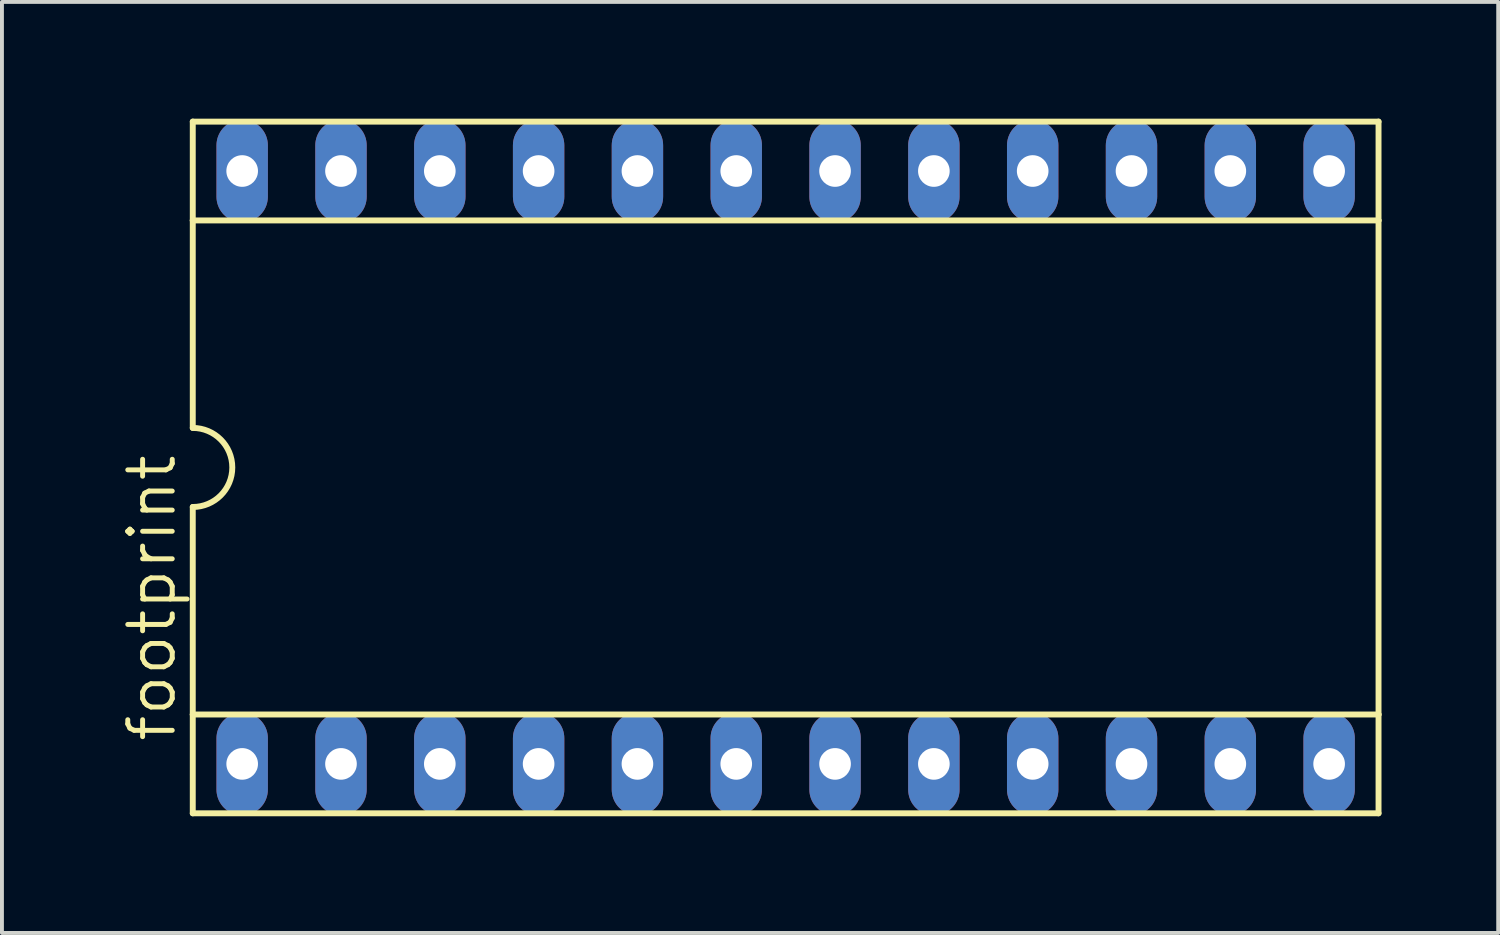
<source format=kicad_pcb>
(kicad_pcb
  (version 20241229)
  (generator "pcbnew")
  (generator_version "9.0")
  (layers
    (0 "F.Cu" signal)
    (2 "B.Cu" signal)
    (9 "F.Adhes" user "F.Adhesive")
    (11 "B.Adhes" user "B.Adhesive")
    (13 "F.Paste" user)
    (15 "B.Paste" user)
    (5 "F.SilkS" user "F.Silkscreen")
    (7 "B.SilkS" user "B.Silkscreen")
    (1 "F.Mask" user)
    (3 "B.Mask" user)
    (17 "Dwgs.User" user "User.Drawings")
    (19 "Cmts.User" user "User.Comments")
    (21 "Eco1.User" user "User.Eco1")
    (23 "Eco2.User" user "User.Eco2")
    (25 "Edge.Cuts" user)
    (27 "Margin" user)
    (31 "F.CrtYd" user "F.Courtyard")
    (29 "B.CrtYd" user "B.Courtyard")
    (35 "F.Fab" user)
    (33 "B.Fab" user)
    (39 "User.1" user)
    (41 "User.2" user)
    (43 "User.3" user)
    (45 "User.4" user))
  (footprint "footprint"
    (layer "F.Cu")
    (at 17.145 8.966)
    (property "Reference" "footprint" (at -15.621 7.112 90) (layer "F.SilkS") (effects (font (size 1.143 1.143) (thickness 0.127)) (justify left bottom)))
    (fp_line (start -15.24 -8.89) (end -15.24 -6.35) (stroke (width 0.152) (type solid)) (layer "F.SilkS"))
    (fp_line (start -15.24 -6.35) (end -15.24 -1.016) (stroke (width 0.152) (type solid)) (layer "F.SilkS"))
    (fp_line (start -15.24 6.35) (end -15.24 1.016) (stroke (width 0.152) (type solid)) (layer "F.SilkS"))
    (fp_line (start -15.24 6.35) (end 15.24 6.35) (stroke (width 0.152) (type solid)) (layer "F.SilkS"))
    (fp_line (start -15.24 8.89) (end -15.24 6.35) (stroke (width 0.152) (type solid)) (layer "F.SilkS"))
    (fp_line (start -15.24 8.89) (end 15.24 8.89) (stroke (width 0.152) (type solid)) (layer "F.SilkS"))
    (fp_line (start 15.24 -8.89) (end -15.24 -8.89) (stroke (width 0.152) (type solid)) (layer "F.SilkS"))
    (fp_line (start 15.24 -8.89) (end 15.24 -6.35) (stroke (width 0.152) (type solid)) (layer "F.SilkS"))
    (fp_line (start 15.24 -6.35) (end -15.24 -6.35) (stroke (width 0.152) (type solid)) (layer "F.SilkS"))
    (fp_line (start 15.24 -6.35) (end 15.24 6.35) (stroke (width 0.152) (type solid)) (layer "F.SilkS"))
    (fp_line (start 15.24 6.35) (end 15.24 8.89) (stroke (width 0.152) (type solid)) (layer "F.SilkS"))
    (fp_arc (start -15.24 -1.016) (mid -14.224 0) (end -15.24 1.016) (stroke (width 0.1524) (type solid)) (layer "F.SilkS"))
    (pad "1" thru_hole oval (at -13.97 7.62 90) (size 2.642 1.321) (drill 0.813) (layers "*.Cu" "*.Mask"))
    (pad "2" thru_hole oval (at -11.43 7.62 90) (size 2.642 1.321) (drill 0.813) (layers "*.Cu" "*.Mask"))
    (pad "3" thru_hole oval (at -8.89 7.62 90) (size 2.642 1.321) (drill 0.813) (layers "*.Cu" "*.Mask"))
    (pad "4" thru_hole oval (at -6.35 7.62 90) (size 2.642 1.321) (drill 0.813) (layers "*.Cu" "*.Mask"))
    (pad "5" thru_hole oval (at -3.81 7.62 90) (size 2.642 1.321) (drill 0.813) (layers "*.Cu" "*.Mask"))
    (pad "6" thru_hole oval (at -1.27 7.62 90) (size 2.642 1.321) (drill 0.813) (layers "*.Cu" "*.Mask"))
    (pad "7" thru_hole oval (at 1.27 7.62 90) (size 2.642 1.321) (drill 0.813) (layers "*.Cu" "*.Mask"))
    (pad "8" thru_hole oval (at 3.81 7.62 90) (size 2.642 1.321) (drill 0.813) (layers "*.Cu" "*.Mask"))
    (pad "9" thru_hole oval (at 6.35 7.62 90) (size 2.642 1.321) (drill 0.813) (layers "*.Cu" "*.Mask"))
    (pad "10" thru_hole oval (at 8.89 7.62 90) (size 2.642 1.321) (drill 0.813) (layers "*.Cu" "*.Mask"))
    (pad "11" thru_hole oval (at 11.43 7.62 90) (size 2.642 1.321) (drill 0.813) (layers "*.Cu" "*.Mask"))
    (pad "12" thru_hole oval (at 13.97 7.62 90) (size 2.642 1.321) (drill 0.813) (layers "*.Cu" "*.Mask"))
    (pad "13" thru_hole oval (at 13.97 -7.62 90) (size 2.642 1.321) (drill 0.813) (layers "*.Cu" "*.Mask"))
    (pad "14" thru_hole oval (at 11.43 -7.62 90) (size 2.642 1.321) (drill 0.813) (layers "*.Cu" "*.Mask"))
    (pad "15" thru_hole oval (at 8.89 -7.62 90) (size 2.642 1.321) (drill 0.813) (layers "*.Cu" "*.Mask"))
    (pad "16" thru_hole oval (at 6.35 -7.62 90) (size 2.642 1.321) (drill 0.813) (layers "*.Cu" "*.Mask"))
    (pad "17" thru_hole oval (at 3.81 -7.62 90) (size 2.642 1.321) (drill 0.813) (layers "*.Cu" "*.Mask"))
    (pad "18" thru_hole oval (at 1.27 -7.62 90) (size 2.642 1.321) (drill 0.813) (layers "*.Cu" "*.Mask"))
    (pad "19" thru_hole oval (at -1.27 -7.62 90) (size 2.642 1.321) (drill 0.813) (layers "*.Cu" "*.Mask"))
    (pad "20" thru_hole oval (at -3.81 -7.62 90) (size 2.642 1.321) (drill 0.813) (layers "*.Cu" "*.Mask"))
    (pad "21" thru_hole oval (at -6.35 -7.62 90) (size 2.642 1.321) (drill 0.813) (layers "*.Cu" "*.Mask"))
    (pad "22" thru_hole oval (at -8.89 -7.62 90) (size 2.642 1.321) (drill 0.813) (layers "*.Cu" "*.Mask"))
    (pad "23" thru_hole oval (at -11.43 -7.62 90) (size 2.642 1.321) (drill 0.813) (layers "*.Cu" "*.Mask"))
    (pad "24" thru_hole oval (at -13.97 -7.62 90) (size 2.642 1.321) (drill 0.813) (layers "*.Cu" "*.Mask")))
  (gr_rect
    (start -3 -3)
    (end 35.461 20.932)
    (stroke (width 0.1) (type default))
    (fill no)
    (layer "Edge.Cuts")))
</source>
